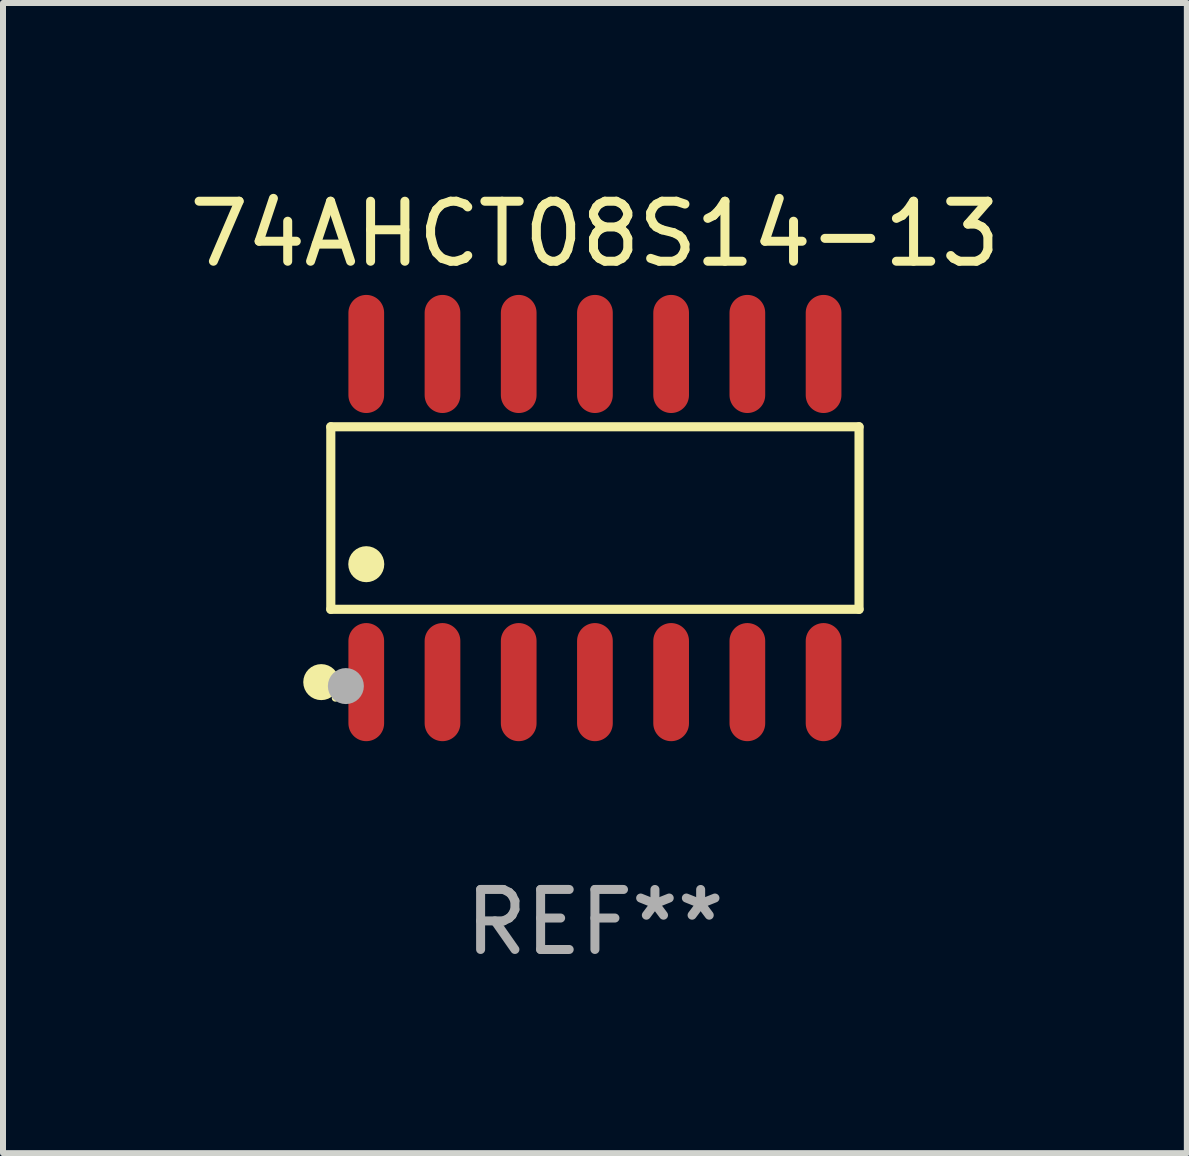
<source format=kicad_pcb>
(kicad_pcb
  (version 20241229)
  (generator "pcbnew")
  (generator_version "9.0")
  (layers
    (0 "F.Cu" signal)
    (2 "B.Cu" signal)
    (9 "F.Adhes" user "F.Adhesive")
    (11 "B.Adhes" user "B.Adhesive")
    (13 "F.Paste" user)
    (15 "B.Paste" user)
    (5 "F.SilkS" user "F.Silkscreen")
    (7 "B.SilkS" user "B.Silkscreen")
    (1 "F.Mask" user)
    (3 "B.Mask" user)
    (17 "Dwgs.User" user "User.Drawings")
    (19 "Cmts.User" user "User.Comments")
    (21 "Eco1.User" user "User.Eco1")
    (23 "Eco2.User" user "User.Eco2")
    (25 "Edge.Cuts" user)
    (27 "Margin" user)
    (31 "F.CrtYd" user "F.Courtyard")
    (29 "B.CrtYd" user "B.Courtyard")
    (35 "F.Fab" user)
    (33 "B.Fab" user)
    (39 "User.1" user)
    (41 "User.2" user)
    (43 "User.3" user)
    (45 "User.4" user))
  (footprint "74AHCT08S14-13"
    (layer "F.Cu")
    (at 6.863 5.582)
    (property "Reference" "74AHCT08S14-13" (at 0 -4.734 0) (layer "F.SilkS") (effects (font (size 1 1) (thickness 0.15))))
    (attr through_hole)
    (fp_line (start -4.401 -1.521) (end 4.401 -1.521) (stroke (width 0.152) (type solid)) (layer "F.SilkS"))
    (fp_line (start -4.401 1.521) (end -4.401 -1.521) (stroke (width 0.152) (type solid)) (layer "F.SilkS"))
    (fp_line (start 4.401 -1.521) (end 4.401 1.521) (stroke (width 0.152) (type solid)) (layer "F.SilkS"))
    (fp_line (start 4.401 1.521) (end -4.401 1.521) (stroke (width 0.152) (type solid)) (layer "F.SilkS"))
    (fp_circle (center -4.56 2.734) (end -4.41 2.734) (stroke (width 0.3) (type solid)) (fill no) (layer "F.SilkS"))
    (fp_circle (center -4.325 3) (end -4.295 3) (stroke (width 0.06) (type solid)) (fill no) (layer "F.SilkS"))
    (fp_circle (center -3.81 0.769) (end -3.66 0.769) (stroke (width 0.3) (type solid)) (fill no) (layer "F.SilkS"))
    (fp_circle (center -4.15 2.8) (end -4 2.8) (stroke (width 0.3) (type solid)) (fill no) (layer "F.Fab"))
    (fp_text user "REF**" (at 0 6.734 0) (layer "F.Fab") (effects (font (size 1 1) (thickness 0.15))))
    (pad "1" smd oval (at -3.81 2.734) (size 0.595 1.968) (layers "F.Cu" "F.Mask" "F.Paste"))
    (pad "2" smd oval (at -2.54 2.734) (size 0.595 1.968) (layers "F.Cu" "F.Mask" "F.Paste"))
    (pad "3" smd oval (at -1.27 2.734) (size 0.595 1.968) (layers "F.Cu" "F.Mask" "F.Paste"))
    (pad "4" smd oval (at 0 2.734) (size 0.595 1.968) (layers "F.Cu" "F.Mask" "F.Paste"))
    (pad "5" smd oval (at 1.27 2.734) (size 0.595 1.968) (layers "F.Cu" "F.Mask" "F.Paste"))
    (pad "6" smd oval (at 2.54 2.734) (size 0.595 1.968) (layers "F.Cu" "F.Mask" "F.Paste"))
    (pad "7" smd oval (at 3.81 2.734) (size 0.595 1.968) (layers "F.Cu" "F.Mask" "F.Paste"))
    (pad "8" smd oval (at 3.81 -2.734) (size 0.595 1.968) (layers "F.Cu" "F.Mask" "F.Paste"))
    (pad "9" smd oval (at 2.54 -2.734) (size 0.595 1.968) (layers "F.Cu" "F.Mask" "F.Paste"))
    (pad "10" smd oval (at 1.27 -2.734) (size 0.595 1.968) (layers "F.Cu" "F.Mask" "F.Paste"))
    (pad "11" smd oval (at 0 -2.734) (size 0.595 1.968) (layers "F.Cu" "F.Mask" "F.Paste"))
    (pad "12" smd oval (at -1.27 -2.734) (size 0.595 1.968) (layers "F.Cu" "F.Mask" "F.Paste"))
    (pad "13" smd oval (at -2.54 -2.734) (size 0.595 1.968) (layers "F.Cu" "F.Mask" "F.Paste"))
    (pad "14" smd oval (at -3.81 -2.734) (size 0.595 1.968) (layers "F.Cu" "F.Mask" "F.Paste")))
  (gr_rect
    (start -3 -3)
    (end 16.726 16.164)
    (stroke (width 0.1) (type default))
    (fill no)
    (layer "Edge.Cuts")))
</source>
